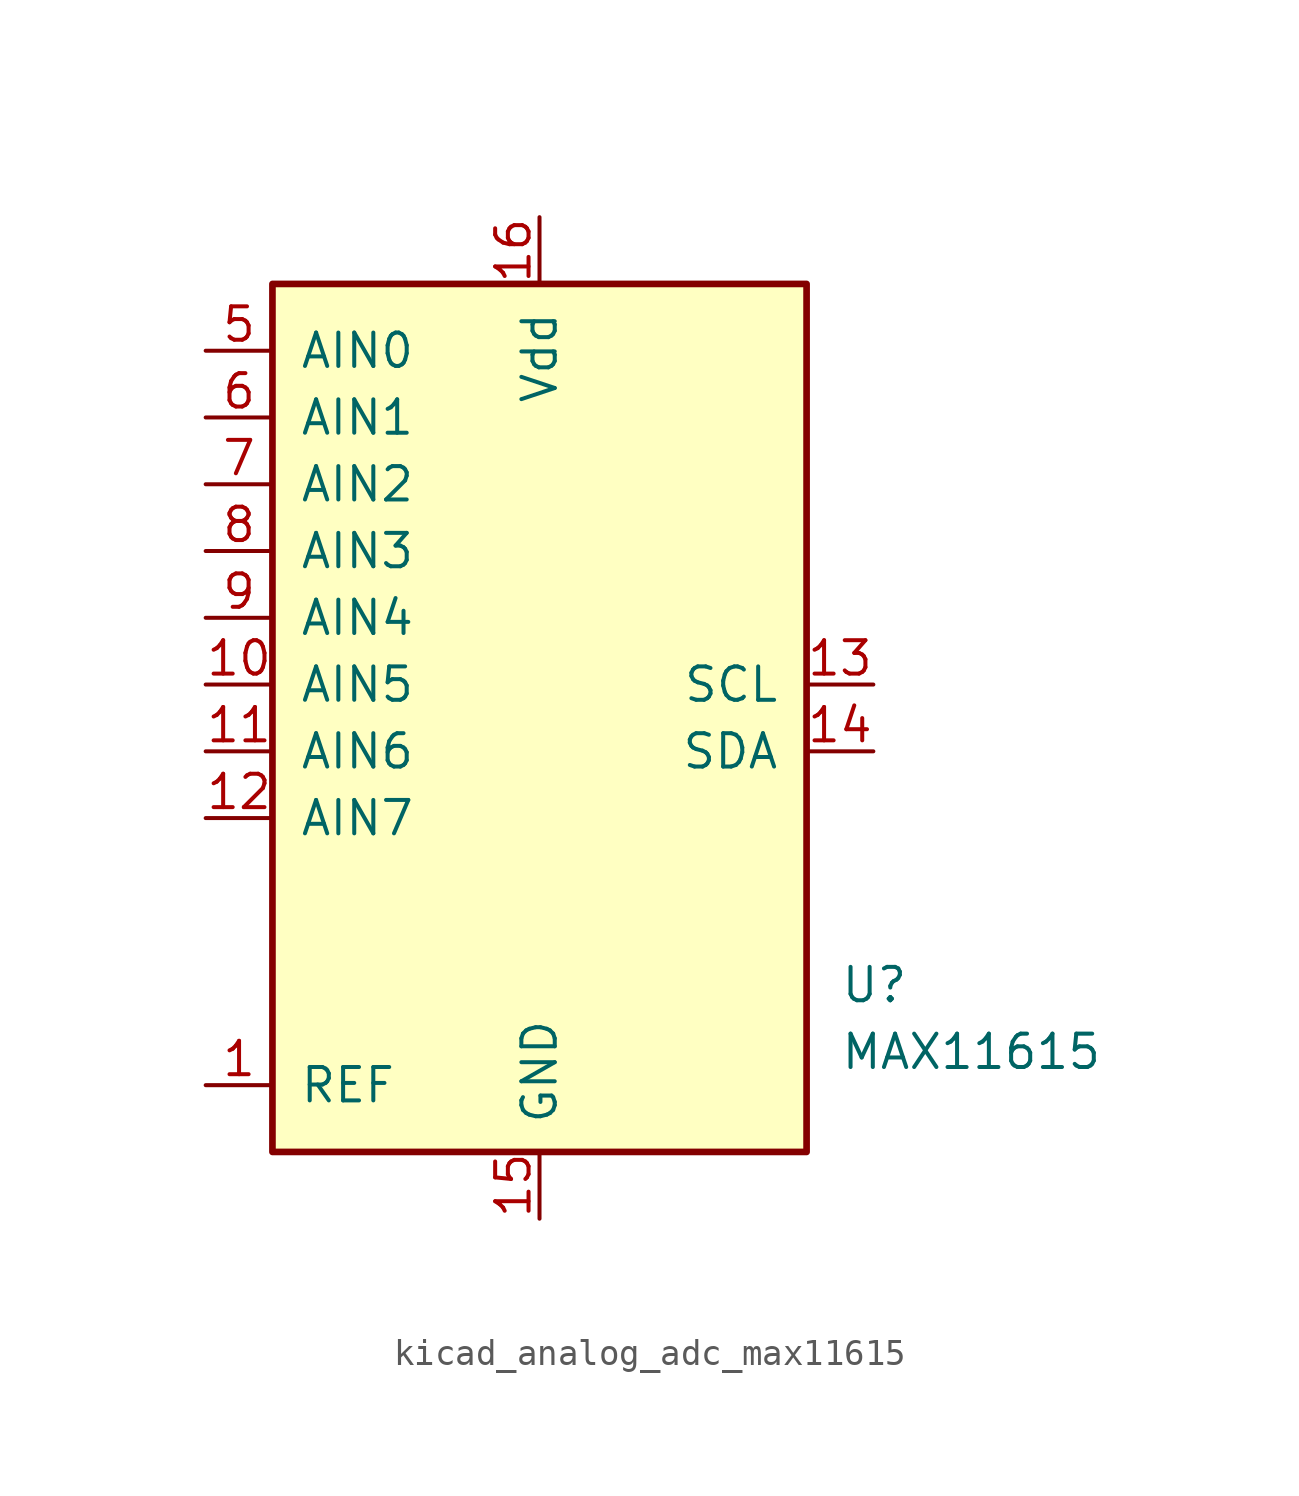
<source format=kicad_sym>
(kicad_symbol_lib
  (version 20220914)
  (generator kicad_symbol_editor)
  (symbol "kicad_analog_adc_max11615"
    (pin_names
      (offset 1.016))
    (property "Reference" "U"
      (at 11.43 -11.43 0)
      (effects (font (size 1.27 1.27)) (justify left)))
    (property "Value" "MAX11615"
      (at 11.43 -13.97 0)
      (effects (font (size 1.27 1.27)) (justify left)))
    (symbol "kicad_analog_adc_max11615_0_1"
      (rectangle (start -10.16 15.24) (end 10.16 -17.78) (stroke (width 0.254) (type default)) (fill (type background))))
    (symbol "kicad_analog_adc_max11615_1_1"
      (pin input line (at -12.7 -15.24 0) (length 2.54) (name "REF" (effects (font (size 1.27 1.27)))) (number "1" (effects (font (size 1.27 1.27)))))
      (pin input line (at -12.7 0 0) (length 2.54) (name "AIN5" (effects (font (size 1.27 1.27)))) (number "10" (effects (font (size 1.27 1.27)))))
      (pin input line (at -12.7 -2.54 0) (length 2.54) (name "AIN6" (effects (font (size 1.27 1.27)))) (number "11" (effects (font (size 1.27 1.27)))))
      (pin input line (at -12.7 -5.08 0) (length 2.54) (name "AIN7" (effects (font (size 1.27 1.27)))) (number "12" (effects (font (size 1.27 1.27)))))
      (pin input line (at 12.7 0 180) (length 2.54) (name "SCL" (effects (font (size 1.27 1.27)))) (number "13" (effects (font (size 1.27 1.27)))))
      (pin bidirectional line (at 12.7 -2.54 180) (length 2.54) (name "SDA" (effects (font (size 1.27 1.27)))) (number "14" (effects (font (size 1.27 1.27)))))
      (pin power_in line (at 0 -20.32 90) (length 2.54) (name "GND" (effects (font (size 1.27 1.27)))) (number "15" (effects (font (size 1.27 1.27)))))
      (pin power_in line (at 0 17.78 270) (length 2.54) (name "Vdd" (effects (font (size 1.27 1.27)))) (number "16" (effects (font (size 1.27 1.27)))))
      (pin no_connect line (at -10.16 -12.7 0) (length 2.54) hide (name "NC" (effects (font (size 1.27 1.27)))) (number "2" (effects (font (size 1.27 1.27)))))
      (pin no_connect line (at -10.16 -10.16 0) (length 2.54) hide (name "NC" (effects (font (size 1.27 1.27)))) (number "3" (effects (font (size 1.27 1.27)))))
      (pin no_connect line (at -10.16 -7.62 0) (length 2.54) hide (name "NC" (effects (font (size 1.27 1.27)))) (number "4" (effects (font (size 1.27 1.27)))))
      (pin input line (at -12.7 12.7 0) (length 2.54) (name "AIN0" (effects (font (size 1.27 1.27)))) (number "5" (effects (font (size 1.27 1.27)))))
      (pin input line (at -12.7 10.16 0) (length 2.54) (name "AIN1" (effects (font (size 1.27 1.27)))) (number "6" (effects (font (size 1.27 1.27)))))
      (pin input line (at -12.7 7.62 0) (length 2.54) (name "AIN2" (effects (font (size 1.27 1.27)))) (number "7" (effects (font (size 1.27 1.27)))))
      (pin input line (at -12.7 5.08 0) (length 2.54) (name "AIN3" (effects (font (size 1.27 1.27)))) (number "8" (effects (font (size 1.27 1.27)))))
      (pin input line (at -12.7 2.54 0) (length 2.54) (name "AIN4" (effects (font (size 1.27 1.27)))) (number "9" (effects (font (size 1.27 1.27))))))))
</source>
